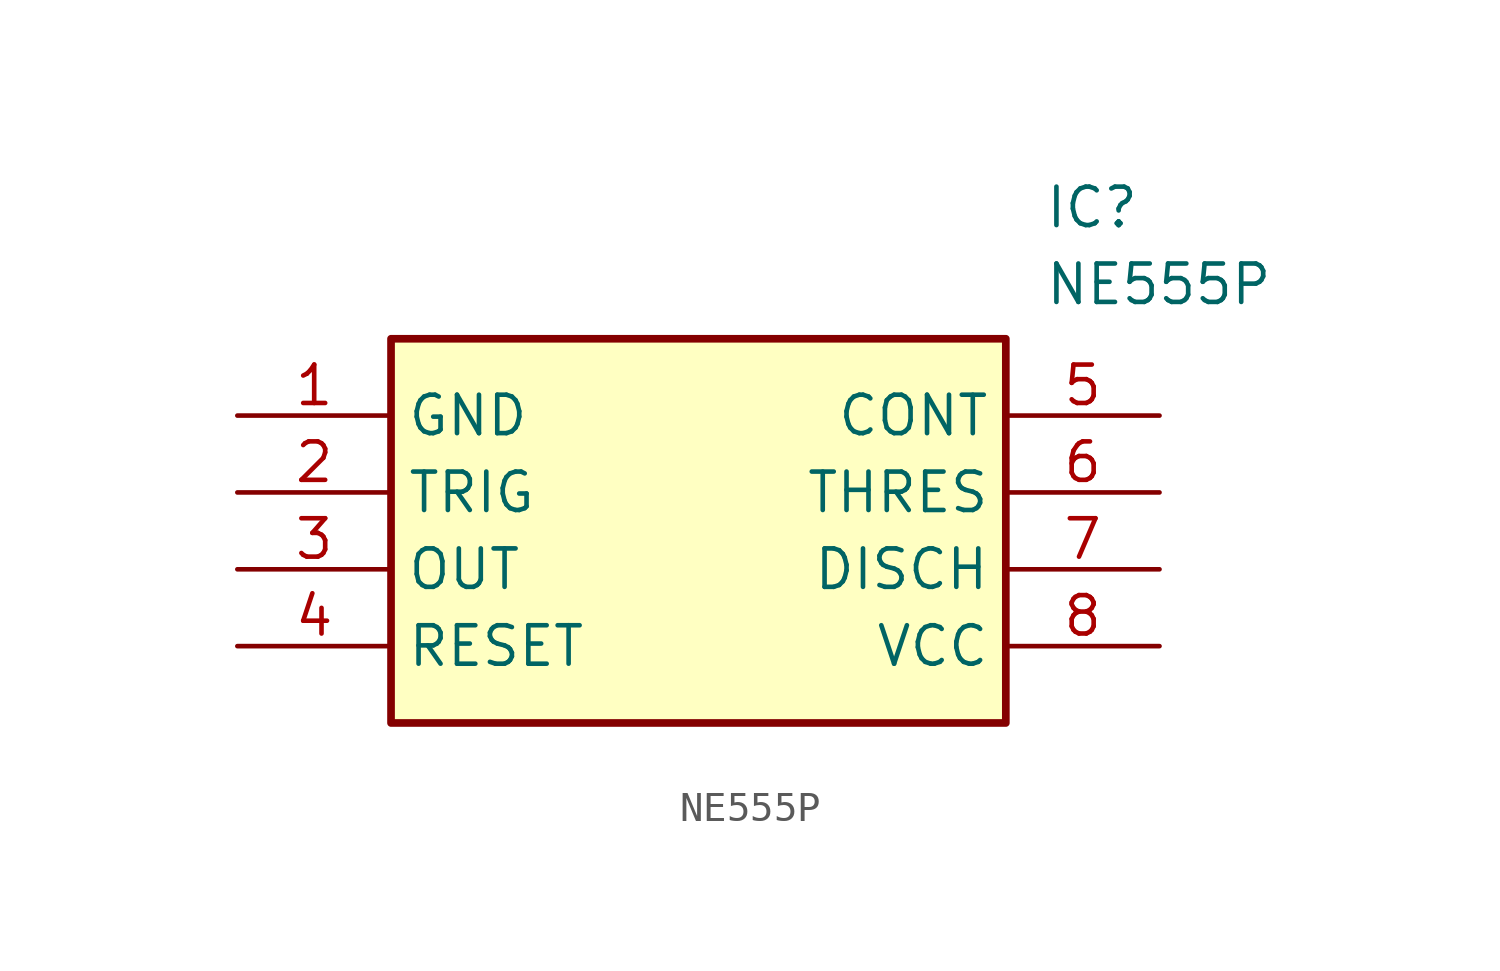
<source format=kicad_sym>
(kicad_symbol_lib
  (version 20220914)
  (generator kicad_symbol_editor)
  (symbol "NE555P"
    (property "Reference" "IC"
      (at 26.67 7.62 0)
      (effects (font (size 1.27 1.27)) (justify left top)))
    (property "Value" "NE555P"
      (at 26.67 5.08 0)
      (effects (font (size 1.27 1.27)) (justify left top)))
    (symbol "NE555P_1_1"
      (rectangle (start 5.08 2.54) (end 25.4 -10.16) (stroke (width 0.254) (type default)) (fill (type background)))
      (pin passive line (at 0 0 0) (length 5.08) (name "GND" (effects (font (size 1.27 1.27)))) (number "1" (effects (font (size 1.27 1.27)))))
      (pin passive line (at 0 -2.54 0) (length 5.08) (name "TRIG" (effects (font (size 1.27 1.27)))) (number "2" (effects (font (size 1.27 1.27)))))
      (pin passive line (at 0 -5.08 0) (length 5.08) (name "OUT" (effects (font (size 1.27 1.27)))) (number "3" (effects (font (size 1.27 1.27)))))
      (pin passive line (at 0 -7.62 0) (length 5.08) (name "RESET" (effects (font (size 1.27 1.27)))) (number "4" (effects (font (size 1.27 1.27)))))
      (pin passive line (at 30.48 0 180) (length 5.08) (name "CONT" (effects (font (size 1.27 1.27)))) (number "5" (effects (font (size 1.27 1.27)))))
      (pin passive line (at 30.48 -2.54 180) (length 5.08) (name "THRES" (effects (font (size 1.27 1.27)))) (number "6" (effects (font (size 1.27 1.27)))))
      (pin passive line (at 30.48 -5.08 180) (length 5.08) (name "DISCH" (effects (font (size 1.27 1.27)))) (number "7" (effects (font (size 1.27 1.27)))))
      (pin passive line (at 30.48 -7.62 180) (length 5.08) (name "VCC" (effects (font (size 1.27 1.27)))) (number "8" (effects (font (size 1.27 1.27))))))))
</source>
